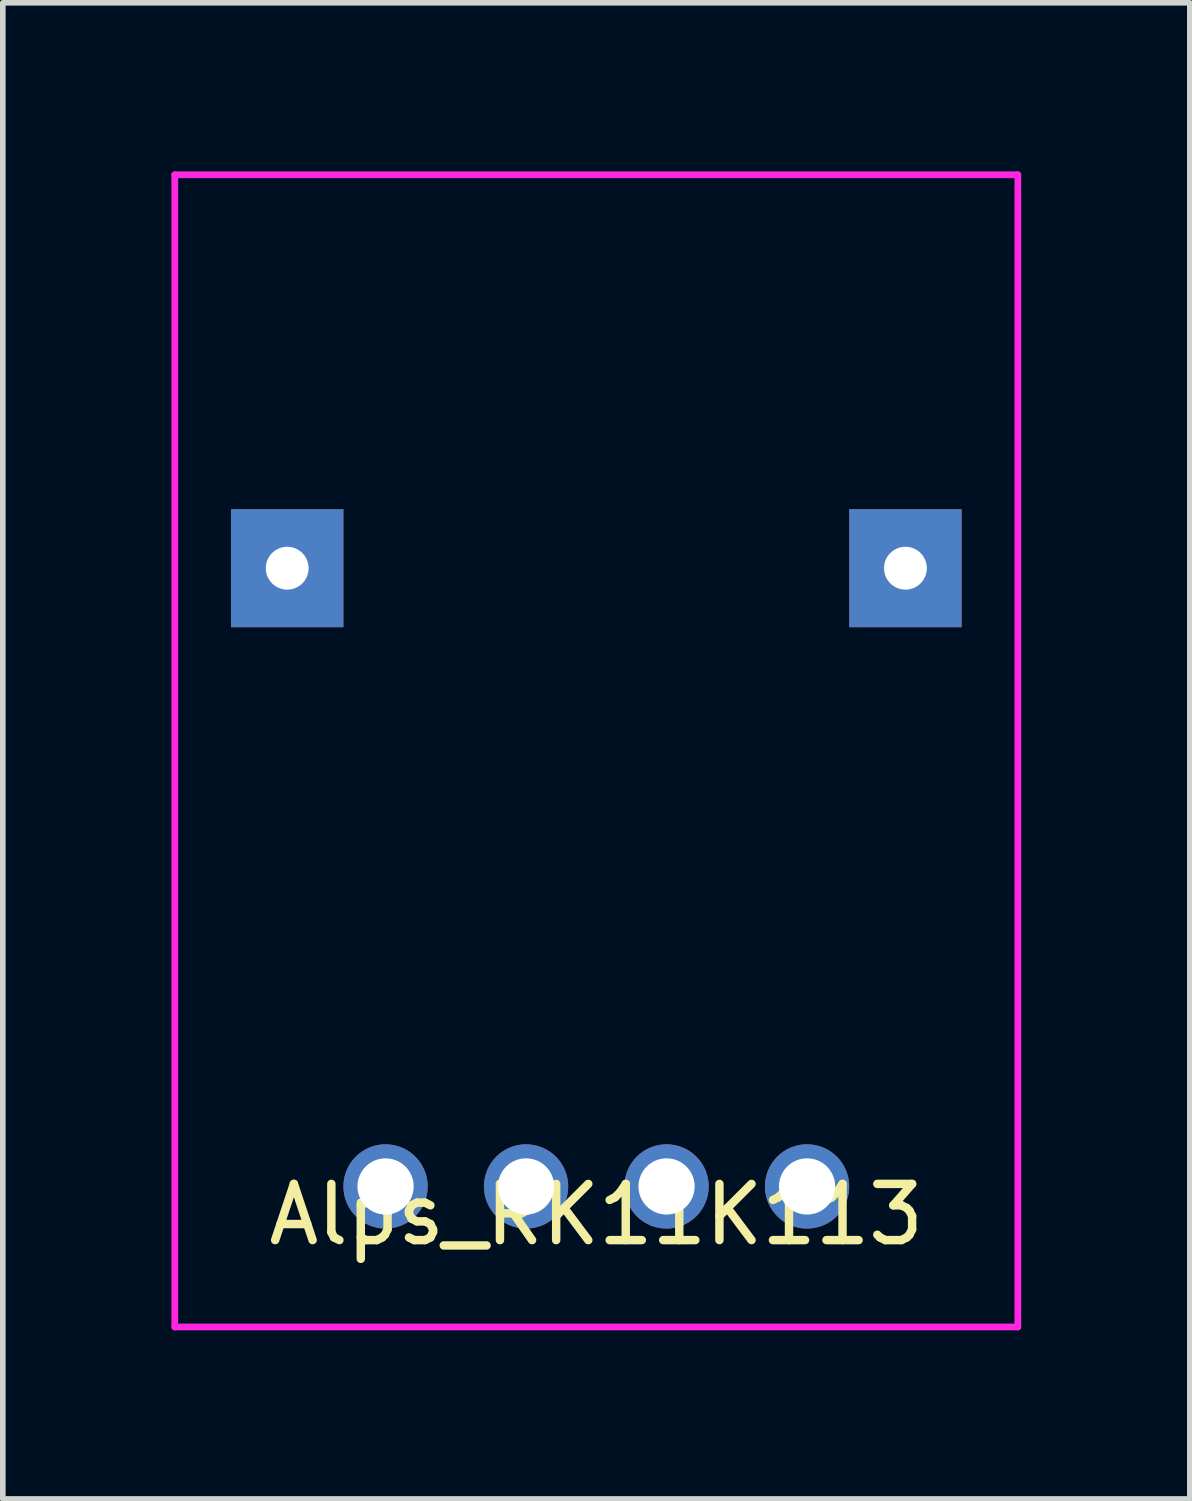
<source format=kicad_pcb>
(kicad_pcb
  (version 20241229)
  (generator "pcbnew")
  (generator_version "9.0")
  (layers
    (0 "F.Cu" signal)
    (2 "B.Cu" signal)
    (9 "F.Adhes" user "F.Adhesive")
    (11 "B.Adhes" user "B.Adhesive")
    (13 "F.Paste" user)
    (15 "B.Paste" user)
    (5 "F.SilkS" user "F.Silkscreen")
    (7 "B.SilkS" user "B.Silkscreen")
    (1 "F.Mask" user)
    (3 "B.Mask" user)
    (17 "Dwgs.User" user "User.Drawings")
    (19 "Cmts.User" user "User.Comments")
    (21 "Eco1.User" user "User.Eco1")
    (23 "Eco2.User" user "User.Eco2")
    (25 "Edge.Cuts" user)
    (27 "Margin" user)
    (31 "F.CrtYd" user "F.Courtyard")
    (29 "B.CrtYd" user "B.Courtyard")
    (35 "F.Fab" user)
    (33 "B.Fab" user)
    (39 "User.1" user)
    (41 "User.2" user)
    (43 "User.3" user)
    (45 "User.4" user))
  (footprint "Alps_RK11K113"
    (layer "F.Cu")
    (at 7.56 18.06)
    (property "Reference" "Alps_RK11K113" (at 0 0.5 0) (layer "F.SilkS") (effects (font (size 1 1) (thickness 0.15))))
    (attr through_hole)
    (fp_line (start -7.5 -18) (end 7.5 -18) (stroke (width 0.12) (type solid)) (layer "F.CrtYd"))
    (fp_line (start -7.5 2.5) (end -7.5 -18) (stroke (width 0.12) (type solid)) (layer "F.CrtYd"))
    (fp_line (start 7.5 -18) (end 7.5 2.5) (stroke (width 0.12) (type solid)) (layer "F.CrtYd"))
    (fp_line (start 7.5 2.5) (end -7.5 2.5) (stroke (width 0.12) (type solid)) (layer "F.CrtYd"))
    (pad "" np_thru_hole rect (at -5.5 -11) (size 2 2.1) (drill 0.762) (layers "*.Cu" "*.Mask"))
    (pad "" np_thru_hole rect (at 5.5 -11) (size 2 2.1) (drill 0.762) (layers "*.Cu" "*.Mask"))
    (pad "1" thru_hole circle (at -3.75 0) (size 1.5 1.5) (drill 1) (layers "*.Cu" "*.Mask"))
    (pad "2" thru_hole circle (at -1.25 0) (size 1.5 1.5) (drill 1) (layers "*.Cu" "*.Mask"))
    (pad "3" thru_hole circle (at 1.25 0) (size 1.5 1.5) (drill 1) (layers "*.Cu" "*.Mask"))
    (pad "4" thru_hole circle (at 3.75 0) (size 1.5 1.5) (drill 1) (layers "*.Cu" "*.Mask")))
  (gr_rect
    (start -3 -3)
    (end 18.12 23.62)
    (stroke (width 0.1) (type default))
    (fill no)
    (layer "Edge.Cuts")))
</source>
